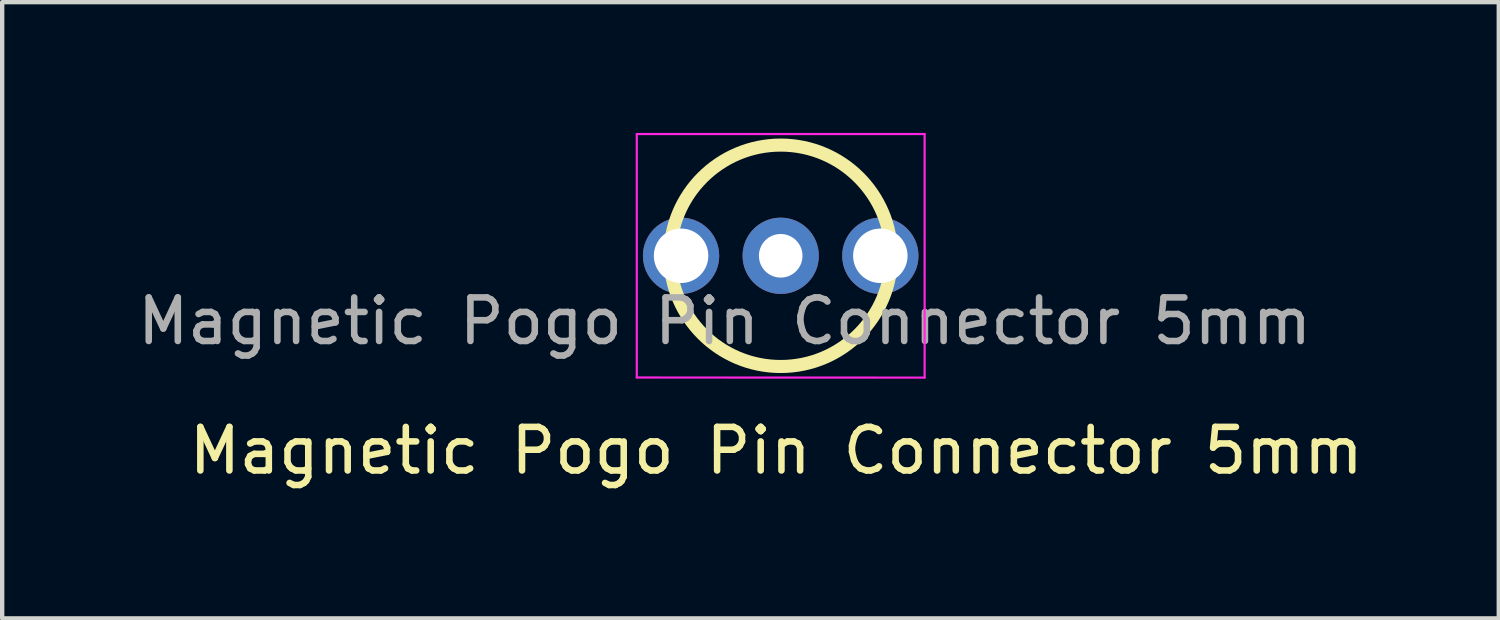
<source format=kicad_pcb>
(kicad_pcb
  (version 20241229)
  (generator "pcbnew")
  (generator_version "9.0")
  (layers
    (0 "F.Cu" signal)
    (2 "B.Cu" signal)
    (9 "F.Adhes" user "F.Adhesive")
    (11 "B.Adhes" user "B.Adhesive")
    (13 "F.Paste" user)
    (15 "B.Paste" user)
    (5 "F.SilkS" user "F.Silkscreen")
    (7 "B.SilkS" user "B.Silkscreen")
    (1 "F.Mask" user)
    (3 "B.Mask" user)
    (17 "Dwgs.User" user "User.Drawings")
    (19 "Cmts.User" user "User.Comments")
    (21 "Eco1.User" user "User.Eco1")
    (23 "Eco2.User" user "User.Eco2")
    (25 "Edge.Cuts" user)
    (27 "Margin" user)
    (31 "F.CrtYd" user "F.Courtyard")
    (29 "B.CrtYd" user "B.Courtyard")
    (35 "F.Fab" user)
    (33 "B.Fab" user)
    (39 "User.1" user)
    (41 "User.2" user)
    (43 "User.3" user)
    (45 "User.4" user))
  (footprint "Magnetic Pogo Pin Connector 5mm"
    (layer "F.Cu")
    (at 12.577 2.819)
    (property "Reference" "Magnetic Pogo Pin Connector 5mm" (at 2.184 4.471 0) (layer "F.SilkS") (effects (font (size 1 1) (thickness 0.15))))
    (attr through_hole)
    (fp_circle (center 2.286 0) (end 4.826 0) (stroke (width 0.3) (type solid)) (fill no) (layer "F.SilkS"))
    (fp_line (start -1.016 -2.794) (end -1.016 2.793) (stroke (width 0.05) (type solid)) (layer "F.CrtYd"))
    (fp_line (start -1.016 2.793) (end 5.588 2.795) (stroke (width 0.05) (type solid)) (layer "F.CrtYd"))
    (fp_line (start 5.588 -2.794) (end -1.016 -2.794) (stroke (width 0.05) (type solid)) (layer "F.CrtYd"))
    (fp_line (start 5.588 2.795) (end 5.588 -2.794) (stroke (width 0.05) (type solid)) (layer "F.CrtYd"))
    (fp_text user "${REFERENCE}" (at 1 1.5 0) (layer "F.Fab") (effects (font (size 1 1) (thickness 0.15))))
    (pad "1" thru_hole circle (at 0 0) (size 1.75 1.75) (drill 1.25) (layers "*.Cu" "*.Mask"))
    (pad "2" thru_hole circle (at 2.286 0) (size 1.75 1.75) (drill 1) (layers "*.Cu" "*.Mask"))
    (pad "3" thru_hole circle (at 4.572 0) (size 1.75 1.75) (drill 1.25) (layers "*.Cu" "*.Mask")))
  (gr_rect
    (start -3 -3)
    (end 31.339 11.138)
    (stroke (width 0.1) (type default))
    (fill no)
    (layer "Edge.Cuts")))
</source>
